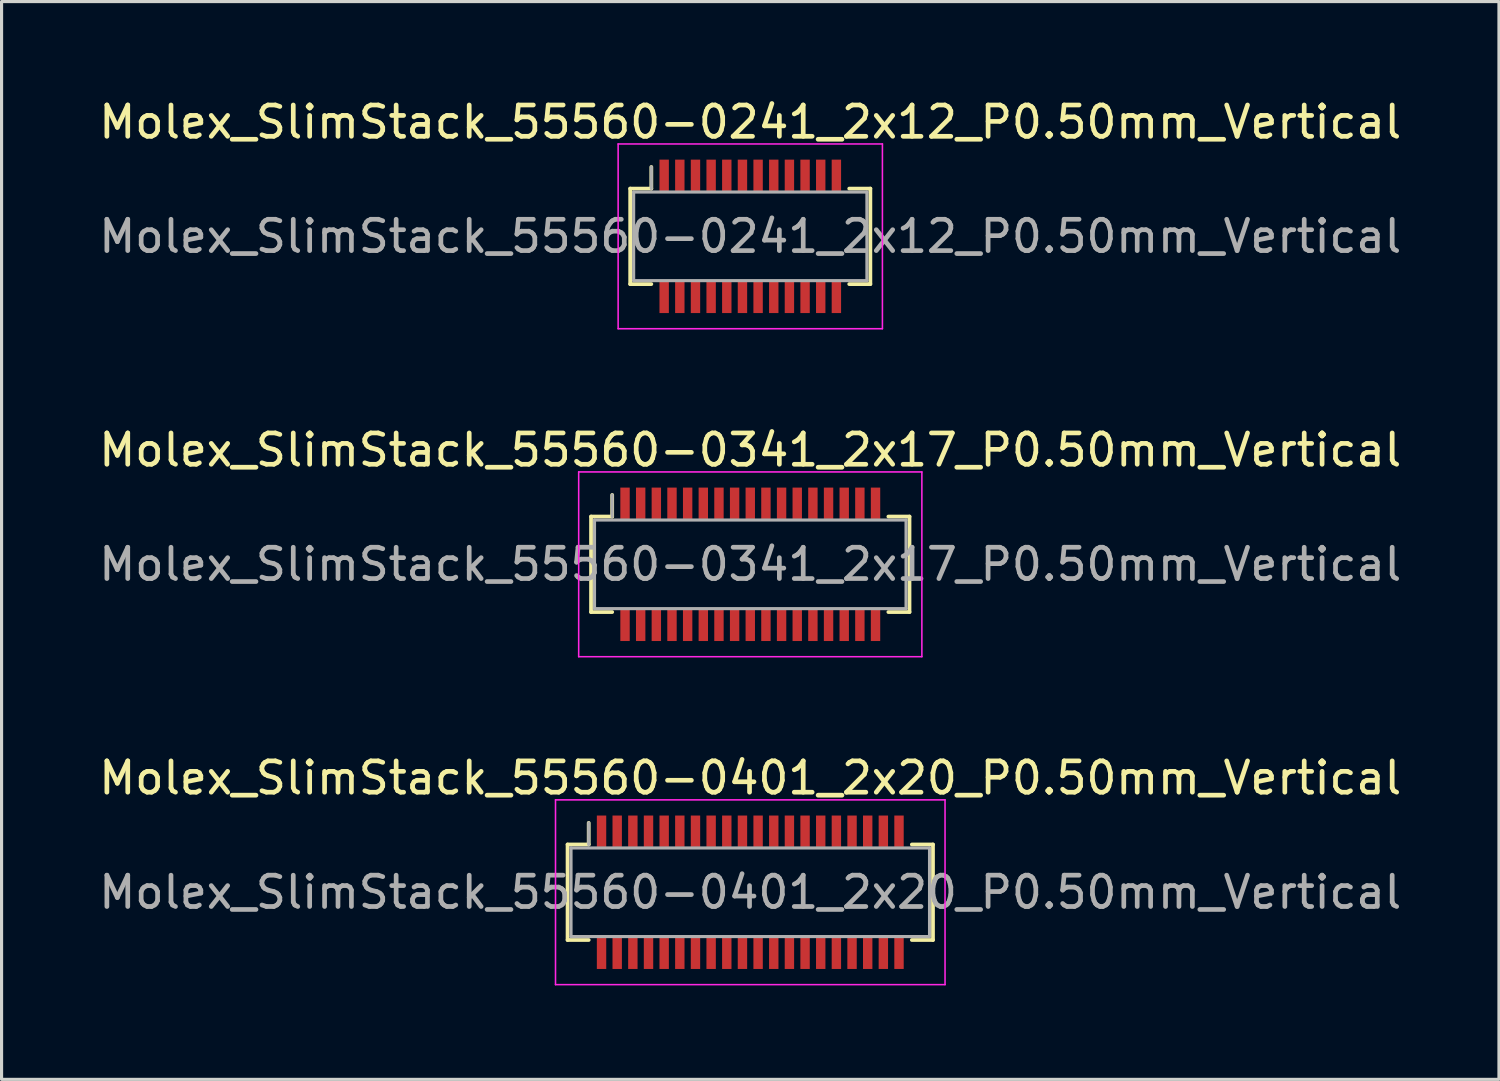
<source format=kicad_pcb>
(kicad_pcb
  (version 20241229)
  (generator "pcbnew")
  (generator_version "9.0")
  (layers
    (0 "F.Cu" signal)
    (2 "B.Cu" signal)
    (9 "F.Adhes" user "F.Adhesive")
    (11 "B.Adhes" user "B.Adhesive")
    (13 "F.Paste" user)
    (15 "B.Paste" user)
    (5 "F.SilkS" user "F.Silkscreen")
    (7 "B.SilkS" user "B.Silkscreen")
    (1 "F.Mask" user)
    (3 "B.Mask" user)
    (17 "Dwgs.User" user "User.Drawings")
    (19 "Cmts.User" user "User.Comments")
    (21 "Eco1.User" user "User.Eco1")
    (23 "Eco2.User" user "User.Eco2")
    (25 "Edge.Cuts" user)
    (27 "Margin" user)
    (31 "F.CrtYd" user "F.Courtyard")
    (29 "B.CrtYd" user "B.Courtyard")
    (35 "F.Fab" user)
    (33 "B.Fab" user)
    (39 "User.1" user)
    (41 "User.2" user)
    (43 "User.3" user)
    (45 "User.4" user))
  (footprint "Molex_SlimStack_55560-0341_2x17_P0.50mm_Vertical"
    (layer "F.Cu")
    (at 20.911 14.972)
    (property "Reference" "Molex_SlimStack_55560-0341_2x17_P0.50mm_Vertical" (at 0 -3.65 0) (layer "F.SilkS") (effects (font (size 1 1) (thickness 0.15))))
    (attr smd)
    (fp_line (start -5.085 -1.525) (end -4.41 -1.525) (stroke (width 0.12) (type solid)) (layer "F.SilkS"))
    (fp_line (start -5.085 1.525) (end -5.085 -1.525) (stroke (width 0.12) (type solid)) (layer "F.SilkS"))
    (fp_line (start -4.41 -1.525) (end -4.41 -2.215) (stroke (width 0.12) (type solid)) (layer "F.SilkS"))
    (fp_line (start -4.41 1.525) (end -5.085 1.525) (stroke (width 0.12) (type solid)) (layer "F.SilkS"))
    (fp_line (start 4.41 1.525) (end 5.085 1.525) (stroke (width 0.12) (type solid)) (layer "F.SilkS"))
    (fp_line (start 5.085 -1.525) (end 4.41 -1.525) (stroke (width 0.12) (type solid)) (layer "F.SilkS"))
    (fp_line (start 5.085 1.525) (end 5.085 -1.525) (stroke (width 0.12) (type solid)) (layer "F.SilkS"))
    (fp_line (start -5.48 -2.95) (end -5.48 2.95) (stroke (width 0.05) (type solid)) (layer "F.CrtYd"))
    (fp_line (start -5.48 2.95) (end 5.48 2.95) (stroke (width 0.05) (type solid)) (layer "F.CrtYd"))
    (fp_line (start 5.48 -2.95) (end -5.48 -2.95) (stroke (width 0.05) (type solid)) (layer "F.CrtYd"))
    (fp_line (start 5.48 2.95) (end 5.48 -2.95) (stroke (width 0.05) (type solid)) (layer "F.CrtYd"))
    (fp_line (start -4.975 -1.415) (end -4.975 1.415) (stroke (width 0.1) (type solid)) (layer "F.Fab"))
    (fp_line (start -4.975 1.415) (end 4.975 1.415) (stroke (width 0.1) (type solid)) (layer "F.Fab"))
    (fp_line (start -4.41 -1.525) (end -4.41 -2.215) (stroke (width 0.1) (type solid)) (layer "F.Fab"))
    (fp_line (start 4.975 -1.415) (end -4.975 -1.415) (stroke (width 0.1) (type solid)) (layer "F.Fab"))
    (fp_line (start 4.975 1.415) (end 4.975 -1.415) (stroke (width 0.1) (type solid)) (layer "F.Fab"))
    (fp_text user "${REFERENCE}" (at 0 0 0) (layer "F.Fab") (effects (font (size 1 1) (thickness 0.15))))
    (pad "1" smd rect (at -4 -1.95) (size 0.3 1) (layers "F.Cu" "F.Mask" "F.Paste"))
    (pad "2" smd rect (at -4 1.95) (size 0.3 1) (layers "F.Cu" "F.Mask" "F.Paste"))
    (pad "3" smd rect (at -3.5 -1.95) (size 0.3 1) (layers "F.Cu" "F.Mask" "F.Paste"))
    (pad "4" smd rect (at -3.5 1.95) (size 0.3 1) (layers "F.Cu" "F.Mask" "F.Paste"))
    (pad "5" smd rect (at -3 -1.95) (size 0.3 1) (layers "F.Cu" "F.Mask" "F.Paste"))
    (pad "6" smd rect (at -3 1.95) (size 0.3 1) (layers "F.Cu" "F.Mask" "F.Paste"))
    (pad "7" smd rect (at -2.5 -1.95) (size 0.3 1) (layers "F.Cu" "F.Mask" "F.Paste"))
    (pad "8" smd rect (at -2.5 1.95) (size 0.3 1) (layers "F.Cu" "F.Mask" "F.Paste"))
    (pad "9" smd rect (at -2 -1.95) (size 0.3 1) (layers "F.Cu" "F.Mask" "F.Paste"))
    (pad "10" smd rect (at -2 1.95) (size 0.3 1) (layers "F.Cu" "F.Mask" "F.Paste"))
    (pad "11" smd rect (at -1.5 -1.95) (size 0.3 1) (layers "F.Cu" "F.Mask" "F.Paste"))
    (pad "12" smd rect (at -1.5 1.95) (size 0.3 1) (layers "F.Cu" "F.Mask" "F.Paste"))
    (pad "13" smd rect (at -1 -1.95) (size 0.3 1) (layers "F.Cu" "F.Mask" "F.Paste"))
    (pad "14" smd rect (at -1 1.95) (size 0.3 1) (layers "F.Cu" "F.Mask" "F.Paste"))
    (pad "15" smd rect (at -0.5 -1.95) (size 0.3 1) (layers "F.Cu" "F.Mask" "F.Paste"))
    (pad "16" smd rect (at -0.5 1.95) (size 0.3 1) (layers "F.Cu" "F.Mask" "F.Paste"))
    (pad "17" smd rect (at 0 -1.95) (size 0.3 1) (layers "F.Cu" "F.Mask" "F.Paste"))
    (pad "18" smd rect (at 0 1.95) (size 0.3 1) (layers "F.Cu" "F.Mask" "F.Paste"))
    (pad "19" smd rect (at 0.5 -1.95) (size 0.3 1) (layers "F.Cu" "F.Mask" "F.Paste"))
    (pad "20" smd rect (at 0.5 1.95) (size 0.3 1) (layers "F.Cu" "F.Mask" "F.Paste"))
    (pad "21" smd rect (at 1 -1.95) (size 0.3 1) (layers "F.Cu" "F.Mask" "F.Paste"))
    (pad "22" smd rect (at 1 1.95) (size 0.3 1) (layers "F.Cu" "F.Mask" "F.Paste"))
    (pad "23" smd rect (at 1.5 -1.95) (size 0.3 1) (layers "F.Cu" "F.Mask" "F.Paste"))
    (pad "24" smd rect (at 1.5 1.95) (size 0.3 1) (layers "F.Cu" "F.Mask" "F.Paste"))
    (pad "25" smd rect (at 2 -1.95) (size 0.3 1) (layers "F.Cu" "F.Mask" "F.Paste"))
    (pad "26" smd rect (at 2 1.95) (size 0.3 1) (layers "F.Cu" "F.Mask" "F.Paste"))
    (pad "27" smd rect (at 2.5 -1.95) (size 0.3 1) (layers "F.Cu" "F.Mask" "F.Paste"))
    (pad "28" smd rect (at 2.5 1.95) (size 0.3 1) (layers "F.Cu" "F.Mask" "F.Paste"))
    (pad "29" smd rect (at 3 -1.95) (size 0.3 1) (layers "F.Cu" "F.Mask" "F.Paste"))
    (pad "30" smd rect (at 3 1.95) (size 0.3 1) (layers "F.Cu" "F.Mask" "F.Paste"))
    (pad "31" smd rect (at 3.5 -1.95) (size 0.3 1) (layers "F.Cu" "F.Mask" "F.Paste"))
    (pad "32" smd rect (at 3.5 1.95) (size 0.3 1) (layers "F.Cu" "F.Mask" "F.Paste"))
    (pad "33" smd rect (at 4 -1.95) (size 0.3 1) (layers "F.Cu" "F.Mask" "F.Paste"))
    (pad "34" smd rect (at 4 1.95) (size 0.3 1) (layers "F.Cu" "F.Mask" "F.Paste")))
  (footprint "Molex_SlimStack_55560-0241_2x12_P0.50mm_Vertical"
    (layer "F.Cu")
    (at 20.911 4.498)
    (property "Reference" "Molex_SlimStack_55560-0241_2x12_P0.50mm_Vertical" (at 0 -3.65 0) (layer "F.SilkS") (effects (font (size 1 1) (thickness 0.15))))
    (attr smd)
    (fp_line (start -3.835 -1.525) (end -3.16 -1.525) (stroke (width 0.12) (type solid)) (layer "F.SilkS"))
    (fp_line (start -3.835 1.525) (end -3.835 -1.525) (stroke (width 0.12) (type solid)) (layer "F.SilkS"))
    (fp_line (start -3.16 -1.525) (end -3.16 -2.215) (stroke (width 0.12) (type solid)) (layer "F.SilkS"))
    (fp_line (start -3.16 1.525) (end -3.835 1.525) (stroke (width 0.12) (type solid)) (layer "F.SilkS"))
    (fp_line (start 3.16 1.525) (end 3.835 1.525) (stroke (width 0.12) (type solid)) (layer "F.SilkS"))
    (fp_line (start 3.835 -1.525) (end 3.16 -1.525) (stroke (width 0.12) (type solid)) (layer "F.SilkS"))
    (fp_line (start 3.835 1.525) (end 3.835 -1.525) (stroke (width 0.12) (type solid)) (layer "F.SilkS"))
    (fp_line (start -4.22 -2.95) (end -4.22 2.95) (stroke (width 0.05) (type solid)) (layer "F.CrtYd"))
    (fp_line (start -4.22 2.95) (end 4.22 2.95) (stroke (width 0.05) (type solid)) (layer "F.CrtYd"))
    (fp_line (start 4.22 -2.95) (end -4.22 -2.95) (stroke (width 0.05) (type solid)) (layer "F.CrtYd"))
    (fp_line (start 4.22 2.95) (end 4.22 -2.95) (stroke (width 0.05) (type solid)) (layer "F.CrtYd"))
    (fp_line (start -3.725 -1.415) (end -3.725 1.415) (stroke (width 0.1) (type solid)) (layer "F.Fab"))
    (fp_line (start -3.725 1.415) (end 3.725 1.415) (stroke (width 0.1) (type solid)) (layer "F.Fab"))
    (fp_line (start -3.16 -1.525) (end -3.16 -2.215) (stroke (width 0.1) (type solid)) (layer "F.Fab"))
    (fp_line (start 3.725 -1.415) (end -3.725 -1.415) (stroke (width 0.1) (type solid)) (layer "F.Fab"))
    (fp_line (start 3.725 1.415) (end 3.725 -1.415) (stroke (width 0.1) (type solid)) (layer "F.Fab"))
    (fp_text user "${REFERENCE}" (at 0 0 0) (layer "F.Fab") (effects (font (size 1 1) (thickness 0.15))))
    (pad "1" smd rect (at -2.75 -1.95) (size 0.3 1) (layers "F.Cu" "F.Mask" "F.Paste"))
    (pad "2" smd rect (at -2.75 1.95) (size 0.3 1) (layers "F.Cu" "F.Mask" "F.Paste"))
    (pad "3" smd rect (at -2.25 -1.95) (size 0.3 1) (layers "F.Cu" "F.Mask" "F.Paste"))
    (pad "4" smd rect (at -2.25 1.95) (size 0.3 1) (layers "F.Cu" "F.Mask" "F.Paste"))
    (pad "5" smd rect (at -1.75 -1.95) (size 0.3 1) (layers "F.Cu" "F.Mask" "F.Paste"))
    (pad "6" smd rect (at -1.75 1.95) (size 0.3 1) (layers "F.Cu" "F.Mask" "F.Paste"))
    (pad "7" smd rect (at -1.25 -1.95) (size 0.3 1) (layers "F.Cu" "F.Mask" "F.Paste"))
    (pad "8" smd rect (at -1.25 1.95) (size 0.3 1) (layers "F.Cu" "F.Mask" "F.Paste"))
    (pad "9" smd rect (at -0.75 -1.95) (size 0.3 1) (layers "F.Cu" "F.Mask" "F.Paste"))
    (pad "10" smd rect (at -0.75 1.95) (size 0.3 1) (layers "F.Cu" "F.Mask" "F.Paste"))
    (pad "11" smd rect (at -0.25 -1.95) (size 0.3 1) (layers "F.Cu" "F.Mask" "F.Paste"))
    (pad "12" smd rect (at -0.25 1.95) (size 0.3 1) (layers "F.Cu" "F.Mask" "F.Paste"))
    (pad "13" smd rect (at 0.25 -1.95) (size 0.3 1) (layers "F.Cu" "F.Mask" "F.Paste"))
    (pad "14" smd rect (at 0.25 1.95) (size 0.3 1) (layers "F.Cu" "F.Mask" "F.Paste"))
    (pad "15" smd rect (at 0.75 -1.95) (size 0.3 1) (layers "F.Cu" "F.Mask" "F.Paste"))
    (pad "16" smd rect (at 0.75 1.95) (size 0.3 1) (layers "F.Cu" "F.Mask" "F.Paste"))
    (pad "17" smd rect (at 1.25 -1.95) (size 0.3 1) (layers "F.Cu" "F.Mask" "F.Paste"))
    (pad "18" smd rect (at 1.25 1.95) (size 0.3 1) (layers "F.Cu" "F.Mask" "F.Paste"))
    (pad "19" smd rect (at 1.75 -1.95) (size 0.3 1) (layers "F.Cu" "F.Mask" "F.Paste"))
    (pad "20" smd rect (at 1.75 1.95) (size 0.3 1) (layers "F.Cu" "F.Mask" "F.Paste"))
    (pad "21" smd rect (at 2.25 -1.95) (size 0.3 1) (layers "F.Cu" "F.Mask" "F.Paste"))
    (pad "22" smd rect (at 2.25 1.95) (size 0.3 1) (layers "F.Cu" "F.Mask" "F.Paste"))
    (pad "23" smd rect (at 2.75 -1.95) (size 0.3 1) (layers "F.Cu" "F.Mask" "F.Paste"))
    (pad "24" smd rect (at 2.75 1.95) (size 0.3 1) (layers "F.Cu" "F.Mask" "F.Paste")))
  (footprint "Molex_SlimStack_55560-0401_2x20_P0.50mm_Vertical"
    (layer "F.Cu")
    (at 20.911 25.445)
    (property "Reference" "Molex_SlimStack_55560-0401_2x20_P0.50mm_Vertical" (at 0 -3.65 0) (layer "F.SilkS") (effects (font (size 1 1) (thickness 0.15))))
    (attr smd)
    (fp_line (start -5.835 -1.525) (end -5.16 -1.525) (stroke (width 0.12) (type solid)) (layer "F.SilkS"))
    (fp_line (start -5.835 1.525) (end -5.835 -1.525) (stroke (width 0.12) (type solid)) (layer "F.SilkS"))
    (fp_line (start -5.16 -1.525) (end -5.16 -2.215) (stroke (width 0.12) (type solid)) (layer "F.SilkS"))
    (fp_line (start -5.16 1.525) (end -5.835 1.525) (stroke (width 0.12) (type solid)) (layer "F.SilkS"))
    (fp_line (start 5.16 1.525) (end 5.835 1.525) (stroke (width 0.12) (type solid)) (layer "F.SilkS"))
    (fp_line (start 5.835 -1.525) (end 5.16 -1.525) (stroke (width 0.12) (type solid)) (layer "F.SilkS"))
    (fp_line (start 5.835 1.525) (end 5.835 -1.525) (stroke (width 0.12) (type solid)) (layer "F.SilkS"))
    (fp_line (start -6.22 -2.95) (end -6.22 2.95) (stroke (width 0.05) (type solid)) (layer "F.CrtYd"))
    (fp_line (start -6.22 2.95) (end 6.22 2.95) (stroke (width 0.05) (type solid)) (layer "F.CrtYd"))
    (fp_line (start 6.22 -2.95) (end -6.22 -2.95) (stroke (width 0.05) (type solid)) (layer "F.CrtYd"))
    (fp_line (start 6.22 2.95) (end 6.22 -2.95) (stroke (width 0.05) (type solid)) (layer "F.CrtYd"))
    (fp_line (start -5.725 -1.415) (end -5.725 1.415) (stroke (width 0.1) (type solid)) (layer "F.Fab"))
    (fp_line (start -5.725 1.415) (end 5.725 1.415) (stroke (width 0.1) (type solid)) (layer "F.Fab"))
    (fp_line (start -5.16 -1.525) (end -5.16 -2.215) (stroke (width 0.1) (type solid)) (layer "F.Fab"))
    (fp_line (start 5.725 -1.415) (end -5.725 -1.415) (stroke (width 0.1) (type solid)) (layer "F.Fab"))
    (fp_line (start 5.725 1.415) (end 5.725 -1.415) (stroke (width 0.1) (type solid)) (layer "F.Fab"))
    (fp_text user "${REFERENCE}" (at 0 0 0) (layer "F.Fab") (effects (font (size 1 1) (thickness 0.15))))
    (pad "1" smd rect (at -4.75 -1.95) (size 0.3 1) (layers "F.Cu" "F.Mask" "F.Paste"))
    (pad "2" smd rect (at -4.75 1.95) (size 0.3 1) (layers "F.Cu" "F.Mask" "F.Paste"))
    (pad "3" smd rect (at -4.25 -1.95) (size 0.3 1) (layers "F.Cu" "F.Mask" "F.Paste"))
    (pad "4" smd rect (at -4.25 1.95) (size 0.3 1) (layers "F.Cu" "F.Mask" "F.Paste"))
    (pad "5" smd rect (at -3.75 -1.95) (size 0.3 1) (layers "F.Cu" "F.Mask" "F.Paste"))
    (pad "6" smd rect (at -3.75 1.95) (size 0.3 1) (layers "F.Cu" "F.Mask" "F.Paste"))
    (pad "7" smd rect (at -3.25 -1.95) (size 0.3 1) (layers "F.Cu" "F.Mask" "F.Paste"))
    (pad "8" smd rect (at -3.25 1.95) (size 0.3 1) (layers "F.Cu" "F.Mask" "F.Paste"))
    (pad "9" smd rect (at -2.75 -1.95) (size 0.3 1) (layers "F.Cu" "F.Mask" "F.Paste"))
    (pad "10" smd rect (at -2.75 1.95) (size 0.3 1) (layers "F.Cu" "F.Mask" "F.Paste"))
    (pad "11" smd rect (at -2.25 -1.95) (size 0.3 1) (layers "F.Cu" "F.Mask" "F.Paste"))
    (pad "12" smd rect (at -2.25 1.95) (size 0.3 1) (layers "F.Cu" "F.Mask" "F.Paste"))
    (pad "13" smd rect (at -1.75 -1.95) (size 0.3 1) (layers "F.Cu" "F.Mask" "F.Paste"))
    (pad "14" smd rect (at -1.75 1.95) (size 0.3 1) (layers "F.Cu" "F.Mask" "F.Paste"))
    (pad "15" smd rect (at -1.25 -1.95) (size 0.3 1) (layers "F.Cu" "F.Mask" "F.Paste"))
    (pad "16" smd rect (at -1.25 1.95) (size 0.3 1) (layers "F.Cu" "F.Mask" "F.Paste"))
    (pad "17" smd rect (at -0.75 -1.95) (size 0.3 1) (layers "F.Cu" "F.Mask" "F.Paste"))
    (pad "18" smd rect (at -0.75 1.95) (size 0.3 1) (layers "F.Cu" "F.Mask" "F.Paste"))
    (pad "19" smd rect (at -0.25 -1.95) (size 0.3 1) (layers "F.Cu" "F.Mask" "F.Paste"))
    (pad "20" smd rect (at -0.25 1.95) (size 0.3 1) (layers "F.Cu" "F.Mask" "F.Paste"))
    (pad "21" smd rect (at 0.25 -1.95) (size 0.3 1) (layers "F.Cu" "F.Mask" "F.Paste"))
    (pad "22" smd rect (at 0.25 1.95) (size 0.3 1) (layers "F.Cu" "F.Mask" "F.Paste"))
    (pad "23" smd rect (at 0.75 -1.95) (size 0.3 1) (layers "F.Cu" "F.Mask" "F.Paste"))
    (pad "24" smd rect (at 0.75 1.95) (size 0.3 1) (layers "F.Cu" "F.Mask" "F.Paste"))
    (pad "25" smd rect (at 1.25 -1.95) (size 0.3 1) (layers "F.Cu" "F.Mask" "F.Paste"))
    (pad "26" smd rect (at 1.25 1.95) (size 0.3 1) (layers "F.Cu" "F.Mask" "F.Paste"))
    (pad "27" smd rect (at 1.75 -1.95) (size 0.3 1) (layers "F.Cu" "F.Mask" "F.Paste"))
    (pad "28" smd rect (at 1.75 1.95) (size 0.3 1) (layers "F.Cu" "F.Mask" "F.Paste"))
    (pad "29" smd rect (at 2.25 -1.95) (size 0.3 1) (layers "F.Cu" "F.Mask" "F.Paste"))
    (pad "30" smd rect (at 2.25 1.95) (size 0.3 1) (layers "F.Cu" "F.Mask" "F.Paste"))
    (pad "31" smd rect (at 2.75 -1.95) (size 0.3 1) (layers "F.Cu" "F.Mask" "F.Paste"))
    (pad "32" smd rect (at 2.75 1.95) (size 0.3 1) (layers "F.Cu" "F.Mask" "F.Paste"))
    (pad "33" smd rect (at 3.25 -1.95) (size 0.3 1) (layers "F.Cu" "F.Mask" "F.Paste"))
    (pad "34" smd rect (at 3.25 1.95) (size 0.3 1) (layers "F.Cu" "F.Mask" "F.Paste"))
    (pad "35" smd rect (at 3.75 -1.95) (size 0.3 1) (layers "F.Cu" "F.Mask" "F.Paste"))
    (pad "36" smd rect (at 3.75 1.95) (size 0.3 1) (layers "F.Cu" "F.Mask" "F.Paste"))
    (pad "37" smd rect (at 4.25 -1.95) (size 0.3 1) (layers "F.Cu" "F.Mask" "F.Paste"))
    (pad "38" smd rect (at 4.25 1.95) (size 0.3 1) (layers "F.Cu" "F.Mask" "F.Paste"))
    (pad "39" smd rect (at 4.75 -1.95) (size 0.3 1) (layers "F.Cu" "F.Mask" "F.Paste"))
    (pad "40" smd rect (at 4.75 1.95) (size 0.3 1) (layers "F.Cu" "F.Mask" "F.Paste")))
  (gr_rect
    (start -3 -3)
    (end 44.821 31.42)
    (stroke (width 0.1) (type default))
    (fill no)
    (layer "Edge.Cuts")))
</source>
